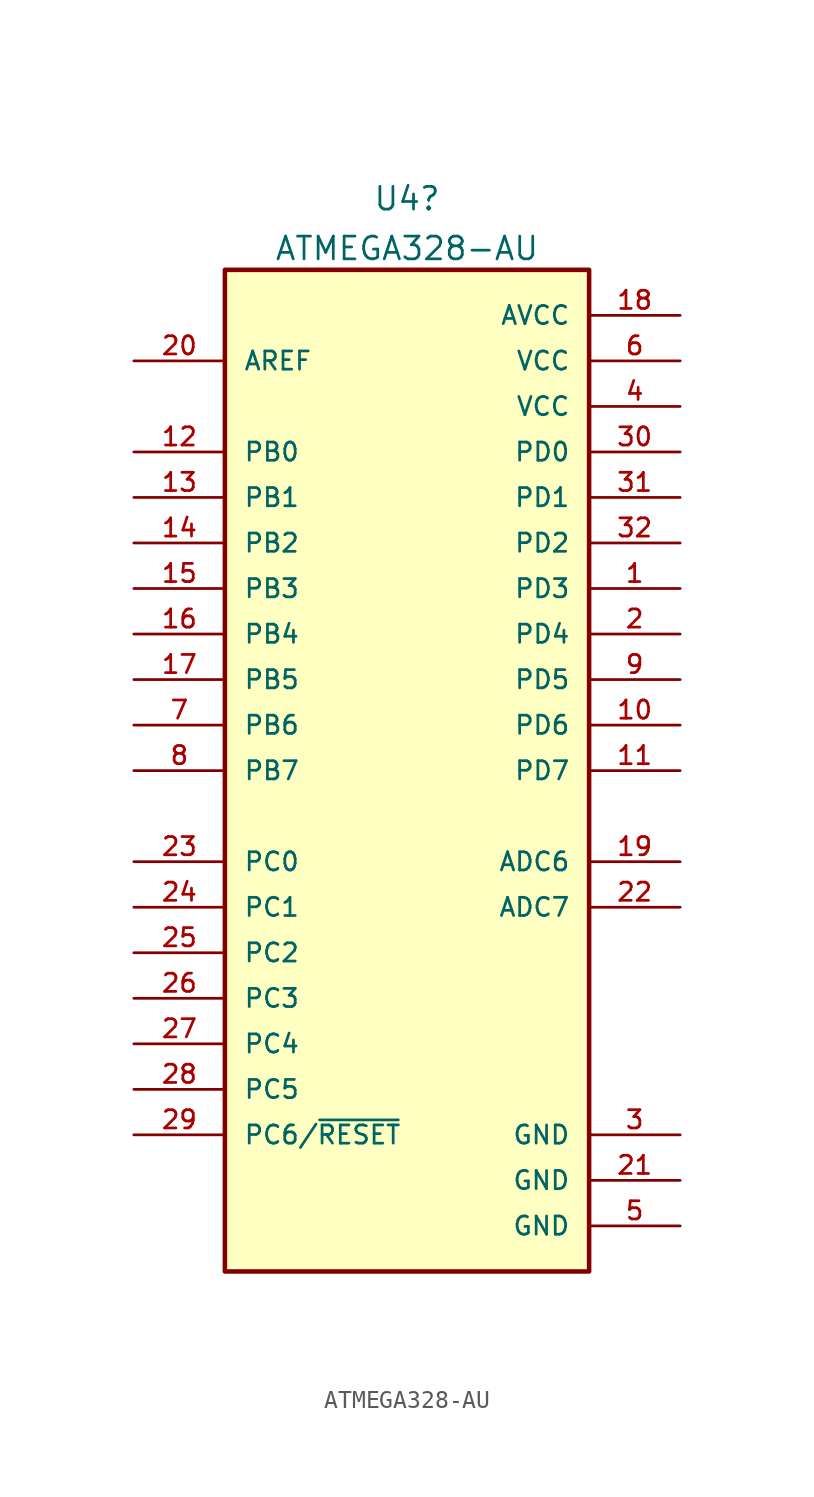
<source format=kicad_sym>
(kicad_symbol_lib
  (version 20211014)
  (generator kicad_symbol_editor)
  (symbol "ATMEGA328-AU"
    (pin_names
      (offset 1.016))
    (property "Reference" "U4"
      (at 0 31.907 0)
      (effects (font (size 1.27 1.27))))
    (property "Value" "ATMEGA328-AU"
      (at 0 29.131 0)
      (effects (font (size 1.27 1.27))))
    (property "ki_locked" ""
      (at 0 0 0)
      (effects (font (size 1.27 1.27))))
    (symbol "ATMEGA328-AU_0_0"
      (rectangle (start -10.16 -27.94) (end 10.16 27.94) (stroke (width 0.254) (type default) (color 0 0 0 0)) (fill (type background)))
      (pin bidirectional line (at 15.24 10.16 180) (length 5.08) (name "PD3" (effects (font (size 1.016 1.016)))) (number "1" (effects (font (size 1.016 1.016)))))
      (pin bidirectional line (at 15.24 2.54 180) (length 5.08) (name "PD6" (effects (font (size 1.016 1.016)))) (number "10" (effects (font (size 1.016 1.016)))))
      (pin bidirectional line (at 15.24 0 180) (length 5.08) (name "PD7" (effects (font (size 1.016 1.016)))) (number "11" (effects (font (size 1.016 1.016)))))
      (pin bidirectional line (at -15.24 17.78 0) (length 5.08) (name "PB0" (effects (font (size 1.016 1.016)))) (number "12" (effects (font (size 1.016 1.016)))))
      (pin bidirectional line (at -15.24 15.24 0) (length 5.08) (name "PB1" (effects (font (size 1.016 1.016)))) (number "13" (effects (font (size 1.016 1.016)))))
      (pin bidirectional line (at -15.24 12.7 0) (length 5.08) (name "PB2" (effects (font (size 1.016 1.016)))) (number "14" (effects (font (size 1.016 1.016)))))
      (pin bidirectional line (at -15.24 10.16 0) (length 5.08) (name "PB3" (effects (font (size 1.016 1.016)))) (number "15" (effects (font (size 1.016 1.016)))))
      (pin bidirectional line (at -15.24 7.62 0) (length 5.08) (name "PB4" (effects (font (size 1.016 1.016)))) (number "16" (effects (font (size 1.016 1.016)))))
      (pin bidirectional line (at -15.24 5.08 0) (length 5.08) (name "PB5" (effects (font (size 1.016 1.016)))) (number "17" (effects (font (size 1.016 1.016)))))
      (pin power_in line (at 15.24 25.4 180) (length 5.08) (name "AVCC" (effects (font (size 1.016 1.016)))) (number "18" (effects (font (size 1.016 1.016)))))
      (pin bidirectional line (at 15.24 -5.08 180) (length 5.08) (name "ADC6" (effects (font (size 1.016 1.016)))) (number "19" (effects (font (size 1.016 1.016)))))
      (pin bidirectional line (at 15.24 7.62 180) (length 5.08) (name "PD4" (effects (font (size 1.016 1.016)))) (number "2" (effects (font (size 1.016 1.016)))))
      (pin input line (at -15.24 22.86 0) (length 5.08) (name "AREF" (effects (font (size 1.016 1.016)))) (number "20" (effects (font (size 1.016 1.016)))))
      (pin power_in line (at 15.24 -22.86 180) (length 5.08) (name "GND" (effects (font (size 1.016 1.016)))) (number "21" (effects (font (size 1.016 1.016)))))
      (pin bidirectional line (at 15.24 -7.62 180) (length 5.08) (name "ADC7" (effects (font (size 1.016 1.016)))) (number "22" (effects (font (size 1.016 1.016)))))
      (pin bidirectional line (at -15.24 -5.08 0) (length 5.08) (name "PC0" (effects (font (size 1.016 1.016)))) (number "23" (effects (font (size 1.016 1.016)))))
      (pin bidirectional line (at -15.24 -7.62 0) (length 5.08) (name "PC1" (effects (font (size 1.016 1.016)))) (number "24" (effects (font (size 1.016 1.016)))))
      (pin bidirectional line (at -15.24 -10.16 0) (length 5.08) (name "PC2" (effects (font (size 1.016 1.016)))) (number "25" (effects (font (size 1.016 1.016)))))
      (pin bidirectional line (at -15.24 -12.7 0) (length 5.08) (name "PC3" (effects (font (size 1.016 1.016)))) (number "26" (effects (font (size 1.016 1.016)))))
      (pin bidirectional line (at -15.24 -15.24 0) (length 5.08) (name "PC4" (effects (font (size 1.016 1.016)))) (number "27" (effects (font (size 1.016 1.016)))))
      (pin bidirectional line (at -15.24 -17.78 0) (length 5.08) (name "PC5" (effects (font (size 1.016 1.016)))) (number "28" (effects (font (size 1.016 1.016)))))
      (pin bidirectional line (at -15.24 -20.32 0) (length 5.08) (name "PC6/~{RESET}" (effects (font (size 1.016 1.016)))) (number "29" (effects (font (size 1.016 1.016)))))
      (pin power_in line (at 15.24 -20.32 180) (length 5.08) (name "GND" (effects (font (size 1.016 1.016)))) (number "3" (effects (font (size 1.016 1.016)))))
      (pin bidirectional line (at 15.24 17.78 180) (length 5.08) (name "PD0" (effects (font (size 1.016 1.016)))) (number "30" (effects (font (size 1.016 1.016)))))
      (pin bidirectional line (at 15.24 15.24 180) (length 5.08) (name "PD1" (effects (font (size 1.016 1.016)))) (number "31" (effects (font (size 1.016 1.016)))))
      (pin bidirectional line (at 15.24 12.7 180) (length 5.08) (name "PD2" (effects (font (size 1.016 1.016)))) (number "32" (effects (font (size 1.016 1.016)))))
      (pin power_in line (at 15.24 20.32 180) (length 5.08) (name "VCC" (effects (font (size 1.016 1.016)))) (number "4" (effects (font (size 1.016 1.016)))))
      (pin power_in line (at 15.24 -25.4 180) (length 5.08) (name "GND" (effects (font (size 1.016 1.016)))) (number "5" (effects (font (size 1.016 1.016)))))
      (pin power_in line (at 15.24 22.86 180) (length 5.08) (name "VCC" (effects (font (size 1.016 1.016)))) (number "6" (effects (font (size 1.016 1.016)))))
      (pin bidirectional line (at -15.24 2.54 0) (length 5.08) (name "PB6" (effects (font (size 1.016 1.016)))) (number "7" (effects (font (size 1.016 1.016)))))
      (pin bidirectional line (at -15.24 0 0) (length 5.08) (name "PB7" (effects (font (size 1.016 1.016)))) (number "8" (effects (font (size 1.016 1.016)))))
      (pin bidirectional line (at 15.24 5.08 180) (length 5.08) (name "PD5" (effects (font (size 1.016 1.016)))) (number "9" (effects (font (size 1.016 1.016))))))))
</source>
